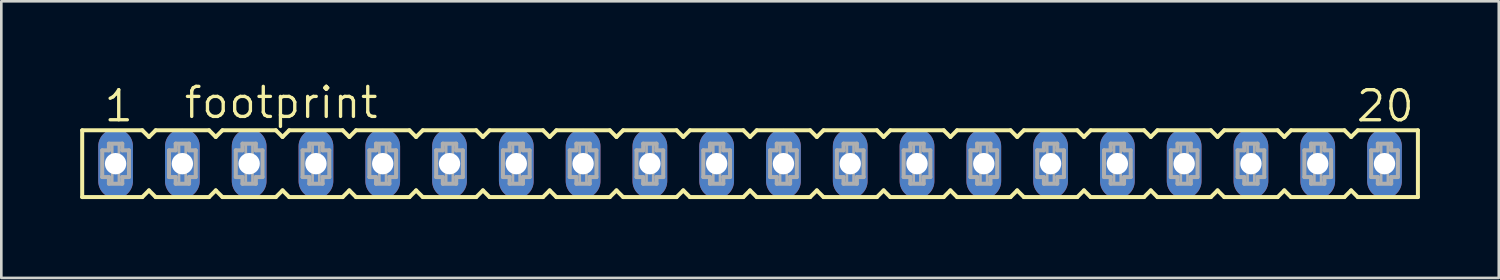
<source format=kicad_pcb>
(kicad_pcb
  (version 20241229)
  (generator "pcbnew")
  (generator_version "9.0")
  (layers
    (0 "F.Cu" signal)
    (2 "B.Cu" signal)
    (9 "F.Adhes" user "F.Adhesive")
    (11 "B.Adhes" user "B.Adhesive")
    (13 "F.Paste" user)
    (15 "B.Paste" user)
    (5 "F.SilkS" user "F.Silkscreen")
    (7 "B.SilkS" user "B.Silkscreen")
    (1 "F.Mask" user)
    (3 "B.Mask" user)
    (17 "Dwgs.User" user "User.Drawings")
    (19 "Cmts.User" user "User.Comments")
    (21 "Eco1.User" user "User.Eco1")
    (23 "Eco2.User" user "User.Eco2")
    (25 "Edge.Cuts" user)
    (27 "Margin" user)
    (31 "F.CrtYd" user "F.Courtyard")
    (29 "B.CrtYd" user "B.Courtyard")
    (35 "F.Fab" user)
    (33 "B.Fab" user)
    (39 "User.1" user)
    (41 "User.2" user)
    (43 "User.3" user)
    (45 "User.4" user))
  (footprint "footprint"
    (layer "F.Cu")
    (at 25.476 3.175)
    (property "Reference" "footprint" (at -21.59 -1.651 0) (layer "F.SilkS") (effects (font (size 1.143 1.143) (thickness 0.127)) (justify left bottom)))
    (fp_line (start -25.4 -1.27) (end -25.4 1.27) (stroke (width 0.152) (type solid)) (layer "F.SilkS"))
    (fp_line (start -25.4 1.27) (end -23.114 1.27) (stroke (width 0.152) (type solid)) (layer "F.SilkS"))
    (fp_line (start -23.114 -1.27) (end -25.4 -1.27) (stroke (width 0.152) (type solid)) (layer "F.SilkS"))
    (fp_line (start -23.114 1.27) (end -22.86 1.016) (stroke (width 0.152) (type solid)) (layer "F.SilkS"))
    (fp_line (start -22.86 -1.016) (end -23.114 -1.27) (stroke (width 0.152) (type solid)) (layer "F.SilkS"))
    (fp_line (start -22.86 1.016) (end -22.606 1.27) (stroke (width 0.152) (type solid)) (layer "F.SilkS"))
    (fp_line (start -22.606 -1.27) (end -22.86 -1.016) (stroke (width 0.152) (type solid)) (layer "F.SilkS"))
    (fp_line (start -22.606 1.27) (end -20.574 1.27) (stroke (width 0.152) (type solid)) (layer "F.SilkS"))
    (fp_line (start -20.574 -1.27) (end -22.606 -1.27) (stroke (width 0.152) (type solid)) (layer "F.SilkS"))
    (fp_line (start -20.574 1.27) (end -20.32 1.016) (stroke (width 0.152) (type solid)) (layer "F.SilkS"))
    (fp_line (start -20.32 -1.016) (end -20.574 -1.27) (stroke (width 0.152) (type solid)) (layer "F.SilkS"))
    (fp_line (start -20.32 1.016) (end -20.066 1.27) (stroke (width 0.152) (type solid)) (layer "F.SilkS"))
    (fp_line (start -20.066 -1.27) (end -20.32 -1.016) (stroke (width 0.152) (type solid)) (layer "F.SilkS"))
    (fp_line (start -20.066 1.27) (end -18.034 1.27) (stroke (width 0.152) (type solid)) (layer "F.SilkS"))
    (fp_line (start -18.034 -1.27) (end -20.066 -1.27) (stroke (width 0.152) (type solid)) (layer "F.SilkS"))
    (fp_line (start -18.034 1.27) (end -17.78 1.016) (stroke (width 0.152) (type solid)) (layer "F.SilkS"))
    (fp_line (start -17.78 -1.016) (end -18.034 -1.27) (stroke (width 0.152) (type solid)) (layer "F.SilkS"))
    (fp_line (start -17.78 1.016) (end -17.526 1.27) (stroke (width 0.152) (type solid)) (layer "F.SilkS"))
    (fp_line (start -17.526 -1.27) (end -17.78 -1.016) (stroke (width 0.152) (type solid)) (layer "F.SilkS"))
    (fp_line (start -17.526 1.27) (end -15.494 1.27) (stroke (width 0.152) (type solid)) (layer "F.SilkS"))
    (fp_line (start -15.494 -1.27) (end -17.526 -1.27) (stroke (width 0.152) (type solid)) (layer "F.SilkS"))
    (fp_line (start -15.494 1.27) (end -15.24 1.016) (stroke (width 0.152) (type solid)) (layer "F.SilkS"))
    (fp_line (start -15.24 -1.016) (end -15.494 -1.27) (stroke (width 0.152) (type solid)) (layer "F.SilkS"))
    (fp_line (start -15.24 1.016) (end -14.986 1.27) (stroke (width 0.152) (type solid)) (layer "F.SilkS"))
    (fp_line (start -14.986 -1.27) (end -15.24 -1.016) (stroke (width 0.152) (type solid)) (layer "F.SilkS"))
    (fp_line (start -14.986 1.27) (end -12.954 1.27) (stroke (width 0.152) (type solid)) (layer "F.SilkS"))
    (fp_line (start -12.954 -1.27) (end -14.986 -1.27) (stroke (width 0.152) (type solid)) (layer "F.SilkS"))
    (fp_line (start -12.954 1.27) (end -12.7 1.016) (stroke (width 0.152) (type solid)) (layer "F.SilkS"))
    (fp_line (start -12.7 -1.016) (end -12.954 -1.27) (stroke (width 0.152) (type solid)) (layer "F.SilkS"))
    (fp_line (start -12.7 1.016) (end -12.446 1.27) (stroke (width 0.152) (type solid)) (layer "F.SilkS"))
    (fp_line (start -12.446 -1.27) (end -12.7 -1.016) (stroke (width 0.152) (type solid)) (layer "F.SilkS"))
    (fp_line (start -12.446 1.27) (end -10.414 1.27) (stroke (width 0.152) (type solid)) (layer "F.SilkS"))
    (fp_line (start -10.414 -1.27) (end -12.446 -1.27) (stroke (width 0.152) (type solid)) (layer "F.SilkS"))
    (fp_line (start -10.414 1.27) (end -10.16 1.016) (stroke (width 0.152) (type solid)) (layer "F.SilkS"))
    (fp_line (start -10.16 -1.016) (end -10.414 -1.27) (stroke (width 0.152) (type solid)) (layer "F.SilkS"))
    (fp_line (start -10.16 1.016) (end -9.906 1.27) (stroke (width 0.152) (type solid)) (layer "F.SilkS"))
    (fp_line (start -9.906 -1.27) (end -10.16 -1.016) (stroke (width 0.152) (type solid)) (layer "F.SilkS"))
    (fp_line (start -9.906 1.27) (end -7.874 1.27) (stroke (width 0.152) (type solid)) (layer "F.SilkS"))
    (fp_line (start -7.874 -1.27) (end -9.906 -1.27) (stroke (width 0.152) (type solid)) (layer "F.SilkS"))
    (fp_line (start -7.874 1.27) (end -7.62 1.016) (stroke (width 0.152) (type solid)) (layer "F.SilkS"))
    (fp_line (start -7.62 -1.016) (end -7.874 -1.27) (stroke (width 0.152) (type solid)) (layer "F.SilkS"))
    (fp_line (start -7.62 1.016) (end -7.366 1.27) (stroke (width 0.152) (type solid)) (layer "F.SilkS"))
    (fp_line (start -7.366 -1.27) (end -7.62 -1.016) (stroke (width 0.152) (type solid)) (layer "F.SilkS"))
    (fp_line (start -7.366 1.27) (end -5.334 1.27) (stroke (width 0.152) (type solid)) (layer "F.SilkS"))
    (fp_line (start -5.334 -1.27) (end -7.366 -1.27) (stroke (width 0.152) (type solid)) (layer "F.SilkS"))
    (fp_line (start -5.334 1.27) (end -5.08 1.016) (stroke (width 0.152) (type solid)) (layer "F.SilkS"))
    (fp_line (start -5.08 -1.016) (end -5.334 -1.27) (stroke (width 0.152) (type solid)) (layer "F.SilkS"))
    (fp_line (start -5.08 1.016) (end -4.826 1.27) (stroke (width 0.152) (type solid)) (layer "F.SilkS"))
    (fp_line (start -4.826 -1.27) (end -5.08 -1.016) (stroke (width 0.152) (type solid)) (layer "F.SilkS"))
    (fp_line (start -4.826 1.27) (end -2.794 1.27) (stroke (width 0.152) (type solid)) (layer "F.SilkS"))
    (fp_line (start -2.794 -1.27) (end -4.826 -1.27) (stroke (width 0.152) (type solid)) (layer "F.SilkS"))
    (fp_line (start -2.794 1.27) (end -2.54 1.016) (stroke (width 0.152) (type solid)) (layer "F.SilkS"))
    (fp_line (start -2.54 -1.016) (end -2.794 -1.27) (stroke (width 0.152) (type solid)) (layer "F.SilkS"))
    (fp_line (start -2.54 1.016) (end -2.286 1.27) (stroke (width 0.152) (type solid)) (layer "F.SilkS"))
    (fp_line (start -2.286 -1.27) (end -2.54 -1.016) (stroke (width 0.152) (type solid)) (layer "F.SilkS"))
    (fp_line (start -2.286 1.27) (end -0.254 1.27) (stroke (width 0.152) (type solid)) (layer "F.SilkS"))
    (fp_line (start -0.254 -1.27) (end -2.286 -1.27) (stroke (width 0.152) (type solid)) (layer "F.SilkS"))
    (fp_line (start -0.254 1.27) (end 0 1.016) (stroke (width 0.152) (type solid)) (layer "F.SilkS"))
    (fp_line (start 0 -1.016) (end -0.254 -1.27) (stroke (width 0.152) (type solid)) (layer "F.SilkS"))
    (fp_line (start 0 1.016) (end 0.254 1.27) (stroke (width 0.152) (type solid)) (layer "F.SilkS"))
    (fp_line (start 0.254 -1.27) (end 0 -1.016) (stroke (width 0.152) (type solid)) (layer "F.SilkS"))
    (fp_line (start 0.254 1.27) (end 2.286 1.27) (stroke (width 0.152) (type solid)) (layer "F.SilkS"))
    (fp_line (start 2.286 -1.27) (end 0.254 -1.27) (stroke (width 0.152) (type solid)) (layer "F.SilkS"))
    (fp_line (start 2.286 1.27) (end 2.54 1.016) (stroke (width 0.152) (type solid)) (layer "F.SilkS"))
    (fp_line (start 2.54 -1.016) (end 2.286 -1.27) (stroke (width 0.152) (type solid)) (layer "F.SilkS"))
    (fp_line (start 2.54 1.016) (end 2.794 1.27) (stroke (width 0.152) (type solid)) (layer "F.SilkS"))
    (fp_line (start 2.794 -1.27) (end 2.54 -1.016) (stroke (width 0.152) (type solid)) (layer "F.SilkS"))
    (fp_line (start 2.794 1.27) (end 4.826 1.27) (stroke (width 0.152) (type solid)) (layer "F.SilkS"))
    (fp_line (start 4.826 -1.27) (end 2.794 -1.27) (stroke (width 0.152) (type solid)) (layer "F.SilkS"))
    (fp_line (start 4.826 1.27) (end 5.08 1.016) (stroke (width 0.152) (type solid)) (layer "F.SilkS"))
    (fp_line (start 5.08 -1.016) (end 4.826 -1.27) (stroke (width 0.152) (type solid)) (layer "F.SilkS"))
    (fp_line (start 5.08 1.016) (end 5.334 1.27) (stroke (width 0.152) (type solid)) (layer "F.SilkS"))
    (fp_line (start 5.334 -1.27) (end 5.08 -1.016) (stroke (width 0.152) (type solid)) (layer "F.SilkS"))
    (fp_line (start 5.334 1.27) (end 7.366 1.27) (stroke (width 0.152) (type solid)) (layer "F.SilkS"))
    (fp_line (start 7.366 -1.27) (end 5.334 -1.27) (stroke (width 0.152) (type solid)) (layer "F.SilkS"))
    (fp_line (start 7.366 1.27) (end 7.62 1.016) (stroke (width 0.152) (type solid)) (layer "F.SilkS"))
    (fp_line (start 7.62 -1.016) (end 7.366 -1.27) (stroke (width 0.152) (type solid)) (layer "F.SilkS"))
    (fp_line (start 7.62 1.016) (end 7.874 1.27) (stroke (width 0.152) (type solid)) (layer "F.SilkS"))
    (fp_line (start 7.874 -1.27) (end 7.62 -1.016) (stroke (width 0.152) (type solid)) (layer "F.SilkS"))
    (fp_line (start 7.874 1.27) (end 9.906 1.27) (stroke (width 0.152) (type solid)) (layer "F.SilkS"))
    (fp_line (start 9.906 -1.27) (end 7.874 -1.27) (stroke (width 0.152) (type solid)) (layer "F.SilkS"))
    (fp_line (start 9.906 1.27) (end 10.16 1.016) (stroke (width 0.152) (type solid)) (layer "F.SilkS"))
    (fp_line (start 10.16 -1.016) (end 9.906 -1.27) (stroke (width 0.152) (type solid)) (layer "F.SilkS"))
    (fp_line (start 10.16 1.016) (end 10.414 1.27) (stroke (width 0.152) (type solid)) (layer "F.SilkS"))
    (fp_line (start 10.414 -1.27) (end 10.16 -1.016) (stroke (width 0.152) (type solid)) (layer "F.SilkS"))
    (fp_line (start 10.414 1.27) (end 12.446 1.27) (stroke (width 0.152) (type solid)) (layer "F.SilkS"))
    (fp_line (start 12.446 -1.27) (end 10.414 -1.27) (stroke (width 0.152) (type solid)) (layer "F.SilkS"))
    (fp_line (start 12.446 1.27) (end 12.7 1.016) (stroke (width 0.152) (type solid)) (layer "F.SilkS"))
    (fp_line (start 12.7 -1.016) (end 12.446 -1.27) (stroke (width 0.152) (type solid)) (layer "F.SilkS"))
    (fp_line (start 12.7 1.016) (end 12.954 1.27) (stroke (width 0.152) (type solid)) (layer "F.SilkS"))
    (fp_line (start 12.954 -1.27) (end 12.7 -1.016) (stroke (width 0.152) (type solid)) (layer "F.SilkS"))
    (fp_line (start 12.954 1.27) (end 14.986 1.27) (stroke (width 0.152) (type solid)) (layer "F.SilkS"))
    (fp_line (start 14.986 -1.27) (end 12.954 -1.27) (stroke (width 0.152) (type solid)) (layer "F.SilkS"))
    (fp_line (start 14.986 1.27) (end 15.24 1.016) (stroke (width 0.152) (type solid)) (layer "F.SilkS"))
    (fp_line (start 15.24 -1.016) (end 14.986 -1.27) (stroke (width 0.152) (type solid)) (layer "F.SilkS"))
    (fp_line (start 15.24 1.016) (end 15.494 1.27) (stroke (width 0.152) (type solid)) (layer "F.SilkS"))
    (fp_line (start 15.494 -1.27) (end 15.24 -1.016) (stroke (width 0.152) (type solid)) (layer "F.SilkS"))
    (fp_line (start 15.494 1.27) (end 17.526 1.27) (stroke (width 0.152) (type solid)) (layer "F.SilkS"))
    (fp_line (start 17.526 -1.27) (end 15.494 -1.27) (stroke (width 0.152) (type solid)) (layer "F.SilkS"))
    (fp_line (start 17.526 1.27) (end 17.78 1.016) (stroke (width 0.152) (type solid)) (layer "F.SilkS"))
    (fp_line (start 17.78 -1.016) (end 17.526 -1.27) (stroke (width 0.152) (type solid)) (layer "F.SilkS"))
    (fp_line (start 17.78 1.016) (end 18.034 1.27) (stroke (width 0.152) (type solid)) (layer "F.SilkS"))
    (fp_line (start 18.034 -1.27) (end 17.78 -1.016) (stroke (width 0.152) (type solid)) (layer "F.SilkS"))
    (fp_line (start 18.034 1.27) (end 20.066 1.27) (stroke (width 0.152) (type solid)) (layer "F.SilkS"))
    (fp_line (start 20.066 -1.27) (end 18.034 -1.27) (stroke (width 0.152) (type solid)) (layer "F.SilkS"))
    (fp_line (start 20.066 1.27) (end 20.32 1.016) (stroke (width 0.152) (type solid)) (layer "F.SilkS"))
    (fp_line (start 20.32 -1.016) (end 20.066 -1.27) (stroke (width 0.152) (type solid)) (layer "F.SilkS"))
    (fp_line (start 20.32 1.016) (end 20.574 1.27) (stroke (width 0.152) (type solid)) (layer "F.SilkS"))
    (fp_line (start 20.574 -1.27) (end 20.32 -1.016) (stroke (width 0.152) (type solid)) (layer "F.SilkS"))
    (fp_line (start 20.574 1.27) (end 22.606 1.27) (stroke (width 0.152) (type solid)) (layer "F.SilkS"))
    (fp_line (start 22.606 -1.27) (end 20.574 -1.27) (stroke (width 0.152) (type solid)) (layer "F.SilkS"))
    (fp_line (start 22.606 1.27) (end 22.86 1.016) (stroke (width 0.152) (type solid)) (layer "F.SilkS"))
    (fp_line (start 22.86 -1.016) (end 22.606 -1.27) (stroke (width 0.152) (type solid)) (layer "F.SilkS"))
    (fp_line (start 22.86 1.016) (end 23.114 1.27) (stroke (width 0.152) (type solid)) (layer "F.SilkS"))
    (fp_line (start 23.114 -1.27) (end 22.86 -1.016) (stroke (width 0.152) (type solid)) (layer "F.SilkS"))
    (fp_line (start 23.114 1.27) (end 25.4 1.27) (stroke (width 0.152) (type solid)) (layer "F.SilkS"))
    (fp_line (start 25.4 -1.27) (end 23.114 -1.27) (stroke (width 0.152) (type solid)) (layer "F.SilkS"))
    (fp_line (start 25.4 -1.27) (end 25.4 1.27) (stroke (width 0.152) (type solid)) (layer "F.SilkS"))
    (fp_line (start -24.638 -0.508) (end -24.638 0.508) (stroke (width 0.152) (type solid)) (layer "F.Fab"))
    (fp_line (start -24.638 0.508) (end -24.384 0.508) (stroke (width 0.152) (type solid)) (layer "F.Fab"))
    (fp_line (start -24.384 -0.762) (end -24.384 -0.508) (stroke (width 0.152) (type solid)) (layer "F.Fab"))
    (fp_line (start -24.384 -0.508) (end -24.638 -0.508) (stroke (width 0.152) (type solid)) (layer "F.Fab"))
    (fp_line (start -24.384 0.508) (end -24.384 0.762) (stroke (width 0.152) (type solid)) (layer "F.Fab"))
    (fp_line (start -24.384 0.762) (end -23.876 0.762) (stroke (width 0.152) (type solid)) (layer "F.Fab"))
    (fp_line (start -23.876 -0.762) (end -24.384 -0.762) (stroke (width 0.152) (type solid)) (layer "F.Fab"))
    (fp_line (start -23.876 -0.508) (end -23.876 -0.762) (stroke (width 0.152) (type solid)) (layer "F.Fab"))
    (fp_line (start -23.876 0.508) (end -23.622 0.508) (stroke (width 0.152) (type solid)) (layer "F.Fab"))
    (fp_line (start -23.876 0.762) (end -23.876 0.508) (stroke (width 0.152) (type solid)) (layer "F.Fab"))
    (fp_line (start -23.622 -0.508) (end -23.876 -0.508) (stroke (width 0.152) (type solid)) (layer "F.Fab"))
    (fp_line (start -23.622 0.508) (end -23.622 -0.508) (stroke (width 0.152) (type solid)) (layer "F.Fab"))
    (fp_line (start -22.098 -0.508) (end -22.098 0.508) (stroke (width 0.152) (type solid)) (layer "F.Fab"))
    (fp_line (start -22.098 0.508) (end -21.844 0.508) (stroke (width 0.152) (type solid)) (layer "F.Fab"))
    (fp_line (start -21.844 -0.762) (end -21.844 -0.508) (stroke (width 0.152) (type solid)) (layer "F.Fab"))
    (fp_line (start -21.844 -0.508) (end -22.098 -0.508) (stroke (width 0.152) (type solid)) (layer "F.Fab"))
    (fp_line (start -21.844 0.508) (end -21.844 0.762) (stroke (width 0.152) (type solid)) (layer "F.Fab"))
    (fp_line (start -21.844 0.762) (end -21.336 0.762) (stroke (width 0.152) (type solid)) (layer "F.Fab"))
    (fp_line (start -21.336 -0.762) (end -21.844 -0.762) (stroke (width 0.152) (type solid)) (layer "F.Fab"))
    (fp_line (start -21.336 -0.508) (end -21.336 -0.762) (stroke (width 0.152) (type solid)) (layer "F.Fab"))
    (fp_line (start -21.336 0.508) (end -21.082 0.508) (stroke (width 0.152) (type solid)) (layer "F.Fab"))
    (fp_line (start -21.336 0.762) (end -21.336 0.508) (stroke (width 0.152) (type solid)) (layer "F.Fab"))
    (fp_line (start -21.082 -0.508) (end -21.336 -0.508) (stroke (width 0.152) (type solid)) (layer "F.Fab"))
    (fp_line (start -21.082 0.508) (end -21.082 -0.508) (stroke (width 0.152) (type solid)) (layer "F.Fab"))
    (fp_line (start -19.558 -0.508) (end -19.558 0.508) (stroke (width 0.152) (type solid)) (layer "F.Fab"))
    (fp_line (start -19.558 0.508) (end -19.304 0.508) (stroke (width 0.152) (type solid)) (layer "F.Fab"))
    (fp_line (start -19.304 -0.762) (end -19.304 -0.508) (stroke (width 0.152) (type solid)) (layer "F.Fab"))
    (fp_line (start -19.304 -0.508) (end -19.558 -0.508) (stroke (width 0.152) (type solid)) (layer "F.Fab"))
    (fp_line (start -19.304 0.508) (end -19.304 0.762) (stroke (width 0.152) (type solid)) (layer "F.Fab"))
    (fp_line (start -19.304 0.762) (end -18.796 0.762) (stroke (width 0.152) (type solid)) (layer "F.Fab"))
    (fp_line (start -18.796 -0.762) (end -19.304 -0.762) (stroke (width 0.152) (type solid)) (layer "F.Fab"))
    (fp_line (start -18.796 -0.508) (end -18.796 -0.762) (stroke (width 0.152) (type solid)) (layer "F.Fab"))
    (fp_line (start -18.796 0.508) (end -18.542 0.508) (stroke (width 0.152) (type solid)) (layer "F.Fab"))
    (fp_line (start -18.796 0.762) (end -18.796 0.508) (stroke (width 0.152) (type solid)) (layer "F.Fab"))
    (fp_line (start -18.542 -0.508) (end -18.796 -0.508) (stroke (width 0.152) (type solid)) (layer "F.Fab"))
    (fp_line (start -18.542 0.508) (end -18.542 -0.508) (stroke (width 0.152) (type solid)) (layer "F.Fab"))
    (fp_line (start -17.018 -0.508) (end -17.018 0.508) (stroke (width 0.152) (type solid)) (layer "F.Fab"))
    (fp_line (start -17.018 0.508) (end -16.764 0.508) (stroke (width 0.152) (type solid)) (layer "F.Fab"))
    (fp_line (start -16.764 -0.762) (end -16.764 -0.508) (stroke (width 0.152) (type solid)) (layer "F.Fab"))
    (fp_line (start -16.764 -0.508) (end -17.018 -0.508) (stroke (width 0.152) (type solid)) (layer "F.Fab"))
    (fp_line (start -16.764 0.508) (end -16.764 0.762) (stroke (width 0.152) (type solid)) (layer "F.Fab"))
    (fp_line (start -16.764 0.762) (end -16.256 0.762) (stroke (width 0.152) (type solid)) (layer "F.Fab"))
    (fp_line (start -16.256 -0.762) (end -16.764 -0.762) (stroke (width 0.152) (type solid)) (layer "F.Fab"))
    (fp_line (start -16.256 -0.508) (end -16.256 -0.762) (stroke (width 0.152) (type solid)) (layer "F.Fab"))
    (fp_line (start -16.256 0.508) (end -16.002 0.508) (stroke (width 0.152) (type solid)) (layer "F.Fab"))
    (fp_line (start -16.256 0.762) (end -16.256 0.508) (stroke (width 0.152) (type solid)) (layer "F.Fab"))
    (fp_line (start -16.002 -0.508) (end -16.256 -0.508) (stroke (width 0.152) (type solid)) (layer "F.Fab"))
    (fp_line (start -16.002 0.508) (end -16.002 -0.508) (stroke (width 0.152) (type solid)) (layer "F.Fab"))
    (fp_line (start -14.478 -0.508) (end -14.478 0.508) (stroke (width 0.152) (type solid)) (layer "F.Fab"))
    (fp_line (start -14.478 0.508) (end -14.224 0.508) (stroke (width 0.152) (type solid)) (layer "F.Fab"))
    (fp_line (start -14.224 -0.762) (end -14.224 -0.508) (stroke (width 0.152) (type solid)) (layer "F.Fab"))
    (fp_line (start -14.224 -0.508) (end -14.478 -0.508) (stroke (width 0.152) (type solid)) (layer "F.Fab"))
    (fp_line (start -14.224 0.508) (end -14.224 0.762) (stroke (width 0.152) (type solid)) (layer "F.Fab"))
    (fp_line (start -14.224 0.762) (end -13.716 0.762) (stroke (width 0.152) (type solid)) (layer "F.Fab"))
    (fp_line (start -13.716 -0.762) (end -14.224 -0.762) (stroke (width 0.152) (type solid)) (layer "F.Fab"))
    (fp_line (start -13.716 -0.508) (end -13.716 -0.762) (stroke (width 0.152) (type solid)) (layer "F.Fab"))
    (fp_line (start -13.716 0.508) (end -13.462 0.508) (stroke (width 0.152) (type solid)) (layer "F.Fab"))
    (fp_line (start -13.716 0.762) (end -13.716 0.508) (stroke (width 0.152) (type solid)) (layer "F.Fab"))
    (fp_line (start -13.462 -0.508) (end -13.716 -0.508) (stroke (width 0.152) (type solid)) (layer "F.Fab"))
    (fp_line (start -13.462 0.508) (end -13.462 -0.508) (stroke (width 0.152) (type solid)) (layer "F.Fab"))
    (fp_line (start -11.938 -0.508) (end -11.938 0.508) (stroke (width 0.152) (type solid)) (layer "F.Fab"))
    (fp_line (start -11.938 0.508) (end -11.684 0.508) (stroke (width 0.152) (type solid)) (layer "F.Fab"))
    (fp_line (start -11.684 -0.762) (end -11.684 -0.508) (stroke (width 0.152) (type solid)) (layer "F.Fab"))
    (fp_line (start -11.684 -0.508) (end -11.938 -0.508) (stroke (width 0.152) (type solid)) (layer "F.Fab"))
    (fp_line (start -11.684 0.508) (end -11.684 0.762) (stroke (width 0.152) (type solid)) (layer "F.Fab"))
    (fp_line (start -11.684 0.762) (end -11.176 0.762) (stroke (width 0.152) (type solid)) (layer "F.Fab"))
    (fp_line (start -11.176 -0.762) (end -11.684 -0.762) (stroke (width 0.152) (type solid)) (layer "F.Fab"))
    (fp_line (start -11.176 -0.508) (end -11.176 -0.762) (stroke (width 0.152) (type solid)) (layer "F.Fab"))
    (fp_line (start -11.176 0.508) (end -10.922 0.508) (stroke (width 0.152) (type solid)) (layer "F.Fab"))
    (fp_line (start -11.176 0.762) (end -11.176 0.508) (stroke (width 0.152) (type solid)) (layer "F.Fab"))
    (fp_line (start -10.922 -0.508) (end -11.176 -0.508) (stroke (width 0.152) (type solid)) (layer "F.Fab"))
    (fp_line (start -10.922 0.508) (end -10.922 -0.508) (stroke (width 0.152) (type solid)) (layer "F.Fab"))
    (fp_line (start -9.398 -0.508) (end -9.398 0.508) (stroke (width 0.152) (type solid)) (layer "F.Fab"))
    (fp_line (start -9.398 0.508) (end -9.144 0.508) (stroke (width 0.152) (type solid)) (layer "F.Fab"))
    (fp_line (start -9.144 -0.762) (end -9.144 -0.508) (stroke (width 0.152) (type solid)) (layer "F.Fab"))
    (fp_line (start -9.144 -0.508) (end -9.398 -0.508) (stroke (width 0.152) (type solid)) (layer "F.Fab"))
    (fp_line (start -9.144 0.508) (end -9.144 0.762) (stroke (width 0.152) (type solid)) (layer "F.Fab"))
    (fp_line (start -9.144 0.762) (end -8.636 0.762) (stroke (width 0.152) (type solid)) (layer "F.Fab"))
    (fp_line (start -8.636 -0.762) (end -9.144 -0.762) (stroke (width 0.152) (type solid)) (layer "F.Fab"))
    (fp_line (start -8.636 -0.508) (end -8.636 -0.762) (stroke (width 0.152) (type solid)) (layer "F.Fab"))
    (fp_line (start -8.636 0.508) (end -8.382 0.508) (stroke (width 0.152) (type solid)) (layer "F.Fab"))
    (fp_line (start -8.636 0.762) (end -8.636 0.508) (stroke (width 0.152) (type solid)) (layer "F.Fab"))
    (fp_line (start -8.382 -0.508) (end -8.636 -0.508) (stroke (width 0.152) (type solid)) (layer "F.Fab"))
    (fp_line (start -8.382 0.508) (end -8.382 -0.508) (stroke (width 0.152) (type solid)) (layer "F.Fab"))
    (fp_line (start -6.858 -0.508) (end -6.858 0.508) (stroke (width 0.152) (type solid)) (layer "F.Fab"))
    (fp_line (start -6.858 0.508) (end -6.604 0.508) (stroke (width 0.152) (type solid)) (layer "F.Fab"))
    (fp_line (start -6.604 -0.762) (end -6.604 -0.508) (stroke (width 0.152) (type solid)) (layer "F.Fab"))
    (fp_line (start -6.604 -0.508) (end -6.858 -0.508) (stroke (width 0.152) (type solid)) (layer "F.Fab"))
    (fp_line (start -6.604 0.508) (end -6.604 0.762) (stroke (width 0.152) (type solid)) (layer "F.Fab"))
    (fp_line (start -6.604 0.762) (end -6.096 0.762) (stroke (width 0.152) (type solid)) (layer "F.Fab"))
    (fp_line (start -6.096 -0.762) (end -6.604 -0.762) (stroke (width 0.152) (type solid)) (layer "F.Fab"))
    (fp_line (start -6.096 -0.508) (end -6.096 -0.762) (stroke (width 0.152) (type solid)) (layer "F.Fab"))
    (fp_line (start -6.096 0.508) (end -5.842 0.508) (stroke (width 0.152) (type solid)) (layer "F.Fab"))
    (fp_line (start -6.096 0.762) (end -6.096 0.508) (stroke (width 0.152) (type solid)) (layer "F.Fab"))
    (fp_line (start -5.842 -0.508) (end -6.096 -0.508) (stroke (width 0.152) (type solid)) (layer "F.Fab"))
    (fp_line (start -5.842 0.508) (end -5.842 -0.508) (stroke (width 0.152) (type solid)) (layer "F.Fab"))
    (fp_line (start -4.318 -0.508) (end -4.318 0.508) (stroke (width 0.152) (type solid)) (layer "F.Fab"))
    (fp_line (start -4.318 0.508) (end -4.064 0.508) (stroke (width 0.152) (type solid)) (layer "F.Fab"))
    (fp_line (start -4.064 -0.762) (end -4.064 -0.508) (stroke (width 0.152) (type solid)) (layer "F.Fab"))
    (fp_line (start -4.064 -0.508) (end -4.318 -0.508) (stroke (width 0.152) (type solid)) (layer "F.Fab"))
    (fp_line (start -4.064 0.508) (end -4.064 0.762) (stroke (width 0.152) (type solid)) (layer "F.Fab"))
    (fp_line (start -4.064 0.762) (end -3.556 0.762) (stroke (width 0.152) (type solid)) (layer "F.Fab"))
    (fp_line (start -3.556 -0.762) (end -4.064 -0.762) (stroke (width 0.152) (type solid)) (layer "F.Fab"))
    (fp_line (start -3.556 -0.508) (end -3.556 -0.762) (stroke (width 0.152) (type solid)) (layer "F.Fab"))
    (fp_line (start -3.556 0.508) (end -3.302 0.508) (stroke (width 0.152) (type solid)) (layer "F.Fab"))
    (fp_line (start -3.556 0.762) (end -3.556 0.508) (stroke (width 0.152) (type solid)) (layer "F.Fab"))
    (fp_line (start -3.302 -0.508) (end -3.556 -0.508) (stroke (width 0.152) (type solid)) (layer "F.Fab"))
    (fp_line (start -3.302 0.508) (end -3.302 -0.508) (stroke (width 0.152) (type solid)) (layer "F.Fab"))
    (fp_line (start -1.778 -0.508) (end -1.778 0.508) (stroke (width 0.152) (type solid)) (layer "F.Fab"))
    (fp_line (start -1.778 0.508) (end -1.524 0.508) (stroke (width 0.152) (type solid)) (layer "F.Fab"))
    (fp_line (start -1.524 -0.762) (end -1.524 -0.508) (stroke (width 0.152) (type solid)) (layer "F.Fab"))
    (fp_line (start -1.524 -0.508) (end -1.778 -0.508) (stroke (width 0.152) (type solid)) (layer "F.Fab"))
    (fp_line (start -1.524 0.508) (end -1.524 0.762) (stroke (width 0.152) (type solid)) (layer "F.Fab"))
    (fp_line (start -1.524 0.762) (end -1.016 0.762) (stroke (width 0.152) (type solid)) (layer "F.Fab"))
    (fp_line (start -1.016 -0.762) (end -1.524 -0.762) (stroke (width 0.152) (type solid)) (layer "F.Fab"))
    (fp_line (start -1.016 -0.508) (end -1.016 -0.762) (stroke (width 0.152) (type solid)) (layer "F.Fab"))
    (fp_line (start -1.016 0.508) (end -0.762 0.508) (stroke (width 0.152) (type solid)) (layer "F.Fab"))
    (fp_line (start -1.016 0.762) (end -1.016 0.508) (stroke (width 0.152) (type solid)) (layer "F.Fab"))
    (fp_line (start -0.762 -0.508) (end -1.016 -0.508) (stroke (width 0.152) (type solid)) (layer "F.Fab"))
    (fp_line (start -0.762 0.508) (end -0.762 -0.508) (stroke (width 0.152) (type solid)) (layer "F.Fab"))
    (fp_line (start 0.762 -0.508) (end 0.762 0.508) (stroke (width 0.152) (type solid)) (layer "F.Fab"))
    (fp_line (start 0.762 0.508) (end 1.016 0.508) (stroke (width 0.152) (type solid)) (layer "F.Fab"))
    (fp_line (start 1.016 -0.762) (end 1.016 -0.508) (stroke (width 0.152) (type solid)) (layer "F.Fab"))
    (fp_line (start 1.016 -0.508) (end 0.762 -0.508) (stroke (width 0.152) (type solid)) (layer "F.Fab"))
    (fp_line (start 1.016 0.508) (end 1.016 0.762) (stroke (width 0.152) (type solid)) (layer "F.Fab"))
    (fp_line (start 1.016 0.762) (end 1.524 0.762) (stroke (width 0.152) (type solid)) (layer "F.Fab"))
    (fp_line (start 1.524 -0.762) (end 1.016 -0.762) (stroke (width 0.152) (type solid)) (layer "F.Fab"))
    (fp_line (start 1.524 -0.508) (end 1.524 -0.762) (stroke (width 0.152) (type solid)) (layer "F.Fab"))
    (fp_line (start 1.524 0.508) (end 1.778 0.508) (stroke (width 0.152) (type solid)) (layer "F.Fab"))
    (fp_line (start 1.524 0.762) (end 1.524 0.508) (stroke (width 0.152) (type solid)) (layer "F.Fab"))
    (fp_line (start 1.778 -0.508) (end 1.524 -0.508) (stroke (width 0.152) (type solid)) (layer "F.Fab"))
    (fp_line (start 1.778 0.508) (end 1.778 -0.508) (stroke (width 0.152) (type solid)) (layer "F.Fab"))
    (fp_line (start 3.302 -0.508) (end 3.302 0.508) (stroke (width 0.152) (type solid)) (layer "F.Fab"))
    (fp_line (start 3.302 0.508) (end 3.556 0.508) (stroke (width 0.152) (type solid)) (layer "F.Fab"))
    (fp_line (start 3.556 -0.762) (end 3.556 -0.508) (stroke (width 0.152) (type solid)) (layer "F.Fab"))
    (fp_line (start 3.556 -0.508) (end 3.302 -0.508) (stroke (width 0.152) (type solid)) (layer "F.Fab"))
    (fp_line (start 3.556 0.508) (end 3.556 0.762) (stroke (width 0.152) (type solid)) (layer "F.Fab"))
    (fp_line (start 3.556 0.762) (end 4.064 0.762) (stroke (width 0.152) (type solid)) (layer "F.Fab"))
    (fp_line (start 4.064 -0.762) (end 3.556 -0.762) (stroke (width 0.152) (type solid)) (layer "F.Fab"))
    (fp_line (start 4.064 -0.508) (end 4.064 -0.762) (stroke (width 0.152) (type solid)) (layer "F.Fab"))
    (fp_line (start 4.064 0.508) (end 4.318 0.508) (stroke (width 0.152) (type solid)) (layer "F.Fab"))
    (fp_line (start 4.064 0.762) (end 4.064 0.508) (stroke (width 0.152) (type solid)) (layer "F.Fab"))
    (fp_line (start 4.318 -0.508) (end 4.064 -0.508) (stroke (width 0.152) (type solid)) (layer "F.Fab"))
    (fp_line (start 4.318 0.508) (end 4.318 -0.508) (stroke (width 0.152) (type solid)) (layer "F.Fab"))
    (fp_line (start 5.842 -0.508) (end 5.842 0.508) (stroke (width 0.152) (type solid)) (layer "F.Fab"))
    (fp_line (start 5.842 0.508) (end 6.096 0.508) (stroke (width 0.152) (type solid)) (layer "F.Fab"))
    (fp_line (start 6.096 -0.762) (end 6.096 -0.508) (stroke (width 0.152) (type solid)) (layer "F.Fab"))
    (fp_line (start 6.096 -0.508) (end 5.842 -0.508) (stroke (width 0.152) (type solid)) (layer "F.Fab"))
    (fp_line (start 6.096 0.508) (end 6.096 0.762) (stroke (width 0.152) (type solid)) (layer "F.Fab"))
    (fp_line (start 6.096 0.762) (end 6.604 0.762) (stroke (width 0.152) (type solid)) (layer "F.Fab"))
    (fp_line (start 6.604 -0.762) (end 6.096 -0.762) (stroke (width 0.152) (type solid)) (layer "F.Fab"))
    (fp_line (start 6.604 -0.508) (end 6.604 -0.762) (stroke (width 0.152) (type solid)) (layer "F.Fab"))
    (fp_line (start 6.604 0.508) (end 6.858 0.508) (stroke (width 0.152) (type solid)) (layer "F.Fab"))
    (fp_line (start 6.604 0.762) (end 6.604 0.508) (stroke (width 0.152) (type solid)) (layer "F.Fab"))
    (fp_line (start 6.858 -0.508) (end 6.604 -0.508) (stroke (width 0.152) (type solid)) (layer "F.Fab"))
    (fp_line (start 6.858 0.508) (end 6.858 -0.508) (stroke (width 0.152) (type solid)) (layer "F.Fab"))
    (fp_line (start 8.382 -0.508) (end 8.382 0.508) (stroke (width 0.152) (type solid)) (layer "F.Fab"))
    (fp_line (start 8.382 0.508) (end 8.636 0.508) (stroke (width 0.152) (type solid)) (layer "F.Fab"))
    (fp_line (start 8.636 -0.762) (end 8.636 -0.508) (stroke (width 0.152) (type solid)) (layer "F.Fab"))
    (fp_line (start 8.636 -0.508) (end 8.382 -0.508) (stroke (width 0.152) (type solid)) (layer "F.Fab"))
    (fp_line (start 8.636 0.508) (end 8.636 0.762) (stroke (width 0.152) (type solid)) (layer "F.Fab"))
    (fp_line (start 8.636 0.762) (end 9.144 0.762) (stroke (width 0.152) (type solid)) (layer "F.Fab"))
    (fp_line (start 9.144 -0.762) (end 8.636 -0.762) (stroke (width 0.152) (type solid)) (layer "F.Fab"))
    (fp_line (start 9.144 -0.508) (end 9.144 -0.762) (stroke (width 0.152) (type solid)) (layer "F.Fab"))
    (fp_line (start 9.144 0.508) (end 9.398 0.508) (stroke (width 0.152) (type solid)) (layer "F.Fab"))
    (fp_line (start 9.144 0.762) (end 9.144 0.508) (stroke (width 0.152) (type solid)) (layer "F.Fab"))
    (fp_line (start 9.398 -0.508) (end 9.144 -0.508) (stroke (width 0.152) (type solid)) (layer "F.Fab"))
    (fp_line (start 9.398 0.508) (end 9.398 -0.508) (stroke (width 0.152) (type solid)) (layer "F.Fab"))
    (fp_line (start 10.922 -0.508) (end 10.922 0.508) (stroke (width 0.152) (type solid)) (layer "F.Fab"))
    (fp_line (start 10.922 0.508) (end 11.176 0.508) (stroke (width 0.152) (type solid)) (layer "F.Fab"))
    (fp_line (start 11.176 -0.762) (end 11.176 -0.508) (stroke (width 0.152) (type solid)) (layer "F.Fab"))
    (fp_line (start 11.176 -0.508) (end 10.922 -0.508) (stroke (width 0.152) (type solid)) (layer "F.Fab"))
    (fp_line (start 11.176 0.508) (end 11.176 0.762) (stroke (width 0.152) (type solid)) (layer "F.Fab"))
    (fp_line (start 11.176 0.762) (end 11.684 0.762) (stroke (width 0.152) (type solid)) (layer "F.Fab"))
    (fp_line (start 11.684 -0.762) (end 11.176 -0.762) (stroke (width 0.152) (type solid)) (layer "F.Fab"))
    (fp_line (start 11.684 -0.508) (end 11.684 -0.762) (stroke (width 0.152) (type solid)) (layer "F.Fab"))
    (fp_line (start 11.684 0.508) (end 11.938 0.508) (stroke (width 0.152) (type solid)) (layer "F.Fab"))
    (fp_line (start 11.684 0.762) (end 11.684 0.508) (stroke (width 0.152) (type solid)) (layer "F.Fab"))
    (fp_line (start 11.938 -0.508) (end 11.684 -0.508) (stroke (width 0.152) (type solid)) (layer "F.Fab"))
    (fp_line (start 11.938 0.508) (end 11.938 -0.508) (stroke (width 0.152) (type solid)) (layer "F.Fab"))
    (fp_line (start 13.462 -0.508) (end 13.462 0.508) (stroke (width 0.152) (type solid)) (layer "F.Fab"))
    (fp_line (start 13.462 0.508) (end 13.716 0.508) (stroke (width 0.152) (type solid)) (layer "F.Fab"))
    (fp_line (start 13.716 -0.762) (end 13.716 -0.508) (stroke (width 0.152) (type solid)) (layer "F.Fab"))
    (fp_line (start 13.716 -0.508) (end 13.462 -0.508) (stroke (width 0.152) (type solid)) (layer "F.Fab"))
    (fp_line (start 13.716 0.508) (end 13.716 0.762) (stroke (width 0.152) (type solid)) (layer "F.Fab"))
    (fp_line (start 13.716 0.762) (end 14.224 0.762) (stroke (width 0.152) (type solid)) (layer "F.Fab"))
    (fp_line (start 14.224 -0.762) (end 13.716 -0.762) (stroke (width 0.152) (type solid)) (layer "F.Fab"))
    (fp_line (start 14.224 -0.508) (end 14.224 -0.762) (stroke (width 0.152) (type solid)) (layer "F.Fab"))
    (fp_line (start 14.224 0.508) (end 14.478 0.508) (stroke (width 0.152) (type solid)) (layer "F.Fab"))
    (fp_line (start 14.224 0.762) (end 14.224 0.508) (stroke (width 0.152) (type solid)) (layer "F.Fab"))
    (fp_line (start 14.478 -0.508) (end 14.224 -0.508) (stroke (width 0.152) (type solid)) (layer "F.Fab"))
    (fp_line (start 14.478 0.508) (end 14.478 -0.508) (stroke (width 0.152) (type solid)) (layer "F.Fab"))
    (fp_line (start 16.002 -0.508) (end 16.002 0.508) (stroke (width 0.152) (type solid)) (layer "F.Fab"))
    (fp_line (start 16.002 0.508) (end 16.256 0.508) (stroke (width 0.152) (type solid)) (layer "F.Fab"))
    (fp_line (start 16.256 -0.762) (end 16.256 -0.508) (stroke (width 0.152) (type solid)) (layer "F.Fab"))
    (fp_line (start 16.256 -0.508) (end 16.002 -0.508) (stroke (width 0.152) (type solid)) (layer "F.Fab"))
    (fp_line (start 16.256 0.508) (end 16.256 0.762) (stroke (width 0.152) (type solid)) (layer "F.Fab"))
    (fp_line (start 16.256 0.762) (end 16.764 0.762) (stroke (width 0.152) (type solid)) (layer "F.Fab"))
    (fp_line (start 16.764 -0.762) (end 16.256 -0.762) (stroke (width 0.152) (type solid)) (layer "F.Fab"))
    (fp_line (start 16.764 -0.508) (end 16.764 -0.762) (stroke (width 0.152) (type solid)) (layer "F.Fab"))
    (fp_line (start 16.764 0.508) (end 17.018 0.508) (stroke (width 0.152) (type solid)) (layer "F.Fab"))
    (fp_line (start 16.764 0.762) (end 16.764 0.508) (stroke (width 0.152) (type solid)) (layer "F.Fab"))
    (fp_line (start 17.018 -0.508) (end 16.764 -0.508) (stroke (width 0.152) (type solid)) (layer "F.Fab"))
    (fp_line (start 17.018 0.508) (end 17.018 -0.508) (stroke (width 0.152) (type solid)) (layer "F.Fab"))
    (fp_line (start 18.542 -0.508) (end 18.542 0.508) (stroke (width 0.152) (type solid)) (layer "F.Fab"))
    (fp_line (start 18.542 0.508) (end 18.796 0.508) (stroke (width 0.152) (type solid)) (layer "F.Fab"))
    (fp_line (start 18.796 -0.762) (end 18.796 -0.508) (stroke (width 0.152) (type solid)) (layer "F.Fab"))
    (fp_line (start 18.796 -0.508) (end 18.542 -0.508) (stroke (width 0.152) (type solid)) (layer "F.Fab"))
    (fp_line (start 18.796 0.508) (end 18.796 0.762) (stroke (width 0.152) (type solid)) (layer "F.Fab"))
    (fp_line (start 18.796 0.762) (end 19.304 0.762) (stroke (width 0.152) (type solid)) (layer "F.Fab"))
    (fp_line (start 19.304 -0.762) (end 18.796 -0.762) (stroke (width 0.152) (type solid)) (layer "F.Fab"))
    (fp_line (start 19.304 -0.508) (end 19.304 -0.762) (stroke (width 0.152) (type solid)) (layer "F.Fab"))
    (fp_line (start 19.304 0.508) (end 19.558 0.508) (stroke (width 0.152) (type solid)) (layer "F.Fab"))
    (fp_line (start 19.304 0.762) (end 19.304 0.508) (stroke (width 0.152) (type solid)) (layer "F.Fab"))
    (fp_line (start 19.558 -0.508) (end 19.304 -0.508) (stroke (width 0.152) (type solid)) (layer "F.Fab"))
    (fp_line (start 19.558 0.508) (end 19.558 -0.508) (stroke (width 0.152) (type solid)) (layer "F.Fab"))
    (fp_line (start 21.082 -0.508) (end 21.082 0.508) (stroke (width 0.152) (type solid)) (layer "F.Fab"))
    (fp_line (start 21.082 0.508) (end 21.336 0.508) (stroke (width 0.152) (type solid)) (layer "F.Fab"))
    (fp_line (start 21.336 -0.762) (end 21.336 -0.508) (stroke (width 0.152) (type solid)) (layer "F.Fab"))
    (fp_line (start 21.336 -0.508) (end 21.082 -0.508) (stroke (width 0.152) (type solid)) (layer "F.Fab"))
    (fp_line (start 21.336 0.508) (end 21.336 0.762) (stroke (width 0.152) (type solid)) (layer "F.Fab"))
    (fp_line (start 21.336 0.762) (end 21.844 0.762) (stroke (width 0.152) (type solid)) (layer "F.Fab"))
    (fp_line (start 21.844 -0.762) (end 21.336 -0.762) (stroke (width 0.152) (type solid)) (layer "F.Fab"))
    (fp_line (start 21.844 -0.508) (end 21.844 -0.762) (stroke (width 0.152) (type solid)) (layer "F.Fab"))
    (fp_line (start 21.844 0.508) (end 22.098 0.508) (stroke (width 0.152) (type solid)) (layer "F.Fab"))
    (fp_line (start 21.844 0.762) (end 21.844 0.508) (stroke (width 0.152) (type solid)) (layer "F.Fab"))
    (fp_line (start 22.098 -0.508) (end 21.844 -0.508) (stroke (width 0.152) (type solid)) (layer "F.Fab"))
    (fp_line (start 22.098 0.508) (end 22.098 -0.508) (stroke (width 0.152) (type solid)) (layer "F.Fab"))
    (fp_line (start 23.622 -0.508) (end 23.622 0.508) (stroke (width 0.152) (type solid)) (layer "F.Fab"))
    (fp_line (start 23.622 0.508) (end 23.876 0.508) (stroke (width 0.152) (type solid)) (layer "F.Fab"))
    (fp_line (start 23.876 -0.762) (end 23.876 -0.508) (stroke (width 0.152) (type solid)) (layer "F.Fab"))
    (fp_line (start 23.876 -0.508) (end 23.622 -0.508) (stroke (width 0.152) (type solid)) (layer "F.Fab"))
    (fp_line (start 23.876 0.508) (end 23.876 0.762) (stroke (width 0.152) (type solid)) (layer "F.Fab"))
    (fp_line (start 23.876 0.762) (end 24.384 0.762) (stroke (width 0.152) (type solid)) (layer "F.Fab"))
    (fp_line (start 24.384 -0.762) (end 23.876 -0.762) (stroke (width 0.152) (type solid)) (layer "F.Fab"))
    (fp_line (start 24.384 -0.508) (end 24.384 -0.762) (stroke (width 0.152) (type solid)) (layer "F.Fab"))
    (fp_line (start 24.384 0.508) (end 24.638 0.508) (stroke (width 0.152) (type solid)) (layer "F.Fab"))
    (fp_line (start 24.384 0.762) (end 24.384 0.508) (stroke (width 0.152) (type solid)) (layer "F.Fab"))
    (fp_line (start 24.638 -0.508) (end 24.384 -0.508) (stroke (width 0.152) (type solid)) (layer "F.Fab"))
    (fp_line (start 24.638 0.508) (end 24.638 -0.508) (stroke (width 0.152) (type solid)) (layer "F.Fab"))
    (fp_poly (pts (xy -24.257 -0.254) (xy -24.003 -0.254) (xy -24.003 -0.762) (xy -24.257 -0.762)) (stroke (width 0.1) (type solid)) (fill no) (layer "F.Fab"))
    (fp_poly (pts (xy -24.257 0.762) (xy -24.003 0.762) (xy -24.003 0.254) (xy -24.257 0.254)) (stroke (width 0.1) (type solid)) (fill no) (layer "F.Fab"))
    (fp_poly (pts (xy -21.717 -0.254) (xy -21.463 -0.254) (xy -21.463 -0.762) (xy -21.717 -0.762)) (stroke (width 0.1) (type solid)) (fill no) (layer "F.Fab"))
    (fp_poly (pts (xy -21.717 0.762) (xy -21.463 0.762) (xy -21.463 0.254) (xy -21.717 0.254)) (stroke (width 0.1) (type solid)) (fill no) (layer "F.Fab"))
    (fp_poly (pts (xy -19.177 -0.254) (xy -18.923 -0.254) (xy -18.923 -0.762) (xy -19.177 -0.762)) (stroke (width 0.1) (type solid)) (fill no) (layer "F.Fab"))
    (fp_poly (pts (xy -19.177 0.762) (xy -18.923 0.762) (xy -18.923 0.254) (xy -19.177 0.254)) (stroke (width 0.1) (type solid)) (fill no) (layer "F.Fab"))
    (fp_poly (pts (xy -16.637 -0.254) (xy -16.383 -0.254) (xy -16.383 -0.762) (xy -16.637 -0.762)) (stroke (width 0.1) (type solid)) (fill no) (layer "F.Fab"))
    (fp_poly (pts (xy -16.637 0.762) (xy -16.383 0.762) (xy -16.383 0.254) (xy -16.637 0.254)) (stroke (width 0.1) (type solid)) (fill no) (layer "F.Fab"))
    (fp_poly (pts (xy -14.097 -0.254) (xy -13.843 -0.254) (xy -13.843 -0.762) (xy -14.097 -0.762)) (stroke (width 0.1) (type solid)) (fill no) (layer "F.Fab"))
    (fp_poly (pts (xy -14.097 0.762) (xy -13.843 0.762) (xy -13.843 0.254) (xy -14.097 0.254)) (stroke (width 0.1) (type solid)) (fill no) (layer "F.Fab"))
    (fp_poly (pts (xy -11.557 -0.254) (xy -11.303 -0.254) (xy -11.303 -0.762) (xy -11.557 -0.762)) (stroke (width 0.1) (type solid)) (fill no) (layer "F.Fab"))
    (fp_poly (pts (xy -11.557 0.762) (xy -11.303 0.762) (xy -11.303 0.254) (xy -11.557 0.254)) (stroke (width 0.1) (type solid)) (fill no) (layer "F.Fab"))
    (fp_poly (pts (xy -9.017 -0.254) (xy -8.763 -0.254) (xy -8.763 -0.762) (xy -9.017 -0.762)) (stroke (width 0.1) (type solid)) (fill no) (layer "F.Fab"))
    (fp_poly (pts (xy -9.017 0.762) (xy -8.763 0.762) (xy -8.763 0.254) (xy -9.017 0.254)) (stroke (width 0.1) (type solid)) (fill no) (layer "F.Fab"))
    (fp_poly (pts (xy -6.477 -0.254) (xy -6.223 -0.254) (xy -6.223 -0.762) (xy -6.477 -0.762)) (stroke (width 0.1) (type solid)) (fill no) (layer "F.Fab"))
    (fp_poly (pts (xy -6.477 0.762) (xy -6.223 0.762) (xy -6.223 0.254) (xy -6.477 0.254)) (stroke (width 0.1) (type solid)) (fill no) (layer "F.Fab"))
    (fp_poly (pts (xy -3.937 -0.254) (xy -3.683 -0.254) (xy -3.683 -0.762) (xy -3.937 -0.762)) (stroke (width 0.1) (type solid)) (fill no) (layer "F.Fab"))
    (fp_poly (pts (xy -3.937 0.762) (xy -3.683 0.762) (xy -3.683 0.254) (xy -3.937 0.254)) (stroke (width 0.1) (type solid)) (fill no) (layer "F.Fab"))
    (fp_poly (pts (xy -1.397 -0.254) (xy -1.143 -0.254) (xy -1.143 -0.762) (xy -1.397 -0.762)) (stroke (width 0.1) (type solid)) (fill no) (layer "F.Fab"))
    (fp_poly (pts (xy -1.397 0.762) (xy -1.143 0.762) (xy -1.143 0.254) (xy -1.397 0.254)) (stroke (width 0.1) (type solid)) (fill no) (layer "F.Fab"))
    (fp_poly (pts (xy 1.143 -0.254) (xy 1.397 -0.254) (xy 1.397 -0.762) (xy 1.143 -0.762)) (stroke (width 0.1) (type solid)) (fill no) (layer "F.Fab"))
    (fp_poly (pts (xy 1.143 0.762) (xy 1.397 0.762) (xy 1.397 0.254) (xy 1.143 0.254)) (stroke (width 0.1) (type solid)) (fill no) (layer "F.Fab"))
    (fp_poly (pts (xy 3.683 -0.254) (xy 3.937 -0.254) (xy 3.937 -0.762) (xy 3.683 -0.762)) (stroke (width 0.1) (type solid)) (fill no) (layer "F.Fab"))
    (fp_poly (pts (xy 3.683 0.762) (xy 3.937 0.762) (xy 3.937 0.254) (xy 3.683 0.254)) (stroke (width 0.1) (type solid)) (fill no) (layer "F.Fab"))
    (fp_poly (pts (xy 6.223 -0.254) (xy 6.477 -0.254) (xy 6.477 -0.762) (xy 6.223 -0.762)) (stroke (width 0.1) (type solid)) (fill no) (layer "F.Fab"))
    (fp_poly (pts (xy 6.223 0.762) (xy 6.477 0.762) (xy 6.477 0.254) (xy 6.223 0.254)) (stroke (width 0.1) (type solid)) (fill no) (layer "F.Fab"))
    (fp_poly (pts (xy 8.763 -0.254) (xy 9.017 -0.254) (xy 9.017 -0.762) (xy 8.763 -0.762)) (stroke (width 0.1) (type solid)) (fill no) (layer "F.Fab"))
    (fp_poly (pts (xy 8.763 0.762) (xy 9.017 0.762) (xy 9.017 0.254) (xy 8.763 0.254)) (stroke (width 0.1) (type solid)) (fill no) (layer "F.Fab"))
    (fp_poly (pts (xy 11.303 -0.254) (xy 11.557 -0.254) (xy 11.557 -0.762) (xy 11.303 -0.762)) (stroke (width 0.1) (type solid)) (fill no) (layer "F.Fab"))
    (fp_poly (pts (xy 11.303 0.762) (xy 11.557 0.762) (xy 11.557 0.254) (xy 11.303 0.254)) (stroke (width 0.1) (type solid)) (fill no) (layer "F.Fab"))
    (fp_poly (pts (xy 13.843 -0.254) (xy 14.097 -0.254) (xy 14.097 -0.762) (xy 13.843 -0.762)) (stroke (width 0.1) (type solid)) (fill no) (layer "F.Fab"))
    (fp_poly (pts (xy 13.843 0.762) (xy 14.097 0.762) (xy 14.097 0.254) (xy 13.843 0.254)) (stroke (width 0.1) (type solid)) (fill no) (layer "F.Fab"))
    (fp_poly (pts (xy 16.383 -0.254) (xy 16.637 -0.254) (xy 16.637 -0.762) (xy 16.383 -0.762)) (stroke (width 0.1) (type solid)) (fill no) (layer "F.Fab"))
    (fp_poly (pts (xy 16.383 0.762) (xy 16.637 0.762) (xy 16.637 0.254) (xy 16.383 0.254)) (stroke (width 0.1) (type solid)) (fill no) (layer "F.Fab"))
    (fp_poly (pts (xy 18.923 -0.254) (xy 19.177 -0.254) (xy 19.177 -0.762) (xy 18.923 -0.762)) (stroke (width 0.1) (type solid)) (fill no) (layer "F.Fab"))
    (fp_poly (pts (xy 18.923 0.762) (xy 19.177 0.762) (xy 19.177 0.254) (xy 18.923 0.254)) (stroke (width 0.1) (type solid)) (fill no) (layer "F.Fab"))
    (fp_poly (pts (xy 21.463 -0.254) (xy 21.717 -0.254) (xy 21.717 -0.762) (xy 21.463 -0.762)) (stroke (width 0.1) (type solid)) (fill no) (layer "F.Fab"))
    (fp_poly (pts (xy 21.463 0.762) (xy 21.717 0.762) (xy 21.717 0.254) (xy 21.463 0.254)) (stroke (width 0.1) (type solid)) (fill no) (layer "F.Fab"))
    (fp_poly (pts (xy 24.003 -0.254) (xy 24.257 -0.254) (xy 24.257 -0.762) (xy 24.003 -0.762)) (stroke (width 0.1) (type solid)) (fill no) (layer "F.Fab"))
    (fp_poly (pts (xy 24.003 0.762) (xy 24.257 0.762) (xy 24.257 0.254) (xy 24.003 0.254)) (stroke (width 0.1) (type solid)) (fill no) (layer "F.Fab"))
    (fp_text user "20" (at 22.987 -1.524 0) (layer "F.SilkS") (effects (font (size 1.143 1.143) (thickness 0.127)) (justify left bottom)))
    (fp_text user "1" (at -24.638 -1.524 0) (layer "F.SilkS") (effects (font (size 1.143 1.143) (thickness 0.127)) (justify left bottom)))
    (pad "1" thru_hole oval (at -24.13 0 90) (size 2.642 1.321) (drill 0.813) (layers "*.Cu" "*.Mask"))
    (pad "2" thru_hole oval (at -21.59 0 90) (size 2.642 1.321) (drill 0.813) (layers "*.Cu" "*.Mask"))
    (pad "3" thru_hole oval (at -19.05 0 90) (size 2.642 1.321) (drill 0.813) (layers "*.Cu" "*.Mask"))
    (pad "4" thru_hole oval (at -16.51 0 90) (size 2.642 1.321) (drill 0.813) (layers "*.Cu" "*.Mask"))
    (pad "5" thru_hole oval (at -13.97 0 90) (size 2.642 1.321) (drill 0.813) (layers "*.Cu" "*.Mask"))
    (pad "6" thru_hole oval (at -11.43 0 90) (size 2.642 1.321) (drill 0.813) (layers "*.Cu" "*.Mask"))
    (pad "7" thru_hole oval (at -8.89 0 90) (size 2.642 1.321) (drill 0.813) (layers "*.Cu" "*.Mask"))
    (pad "8" thru_hole oval (at -6.35 0 90) (size 2.642 1.321) (drill 0.813) (layers "*.Cu" "*.Mask"))
    (pad "9" thru_hole oval (at -3.81 0 90) (size 2.642 1.321) (drill 0.813) (layers "*.Cu" "*.Mask"))
    (pad "10" thru_hole oval (at -1.27 0 90) (size 2.642 1.321) (drill 0.813) (layers "*.Cu" "*.Mask"))
    (pad "11" thru_hole oval (at 1.27 0 90) (size 2.642 1.321) (drill 0.813) (layers "*.Cu" "*.Mask"))
    (pad "12" thru_hole oval (at 3.81 0 90) (size 2.642 1.321) (drill 0.813) (layers "*.Cu" "*.Mask"))
    (pad "13" thru_hole oval (at 6.35 0 90) (size 2.642 1.321) (drill 0.813) (layers "*.Cu" "*.Mask"))
    (pad "14" thru_hole oval (at 8.89 0 90) (size 2.642 1.321) (drill 0.813) (layers "*.Cu" "*.Mask"))
    (pad "15" thru_hole oval (at 11.43 0 90) (size 2.642 1.321) (drill 0.813) (layers "*.Cu" "*.Mask"))
    (pad "16" thru_hole oval (at 13.97 0 90) (size 2.642 1.321) (drill 0.813) (layers "*.Cu" "*.Mask"))
    (pad "17" thru_hole oval (at 16.51 0 90) (size 2.642 1.321) (drill 0.813) (layers "*.Cu" "*.Mask"))
    (pad "18" thru_hole oval (at 19.05 0 90) (size 2.642 1.321) (drill 0.813) (layers "*.Cu" "*.Mask"))
    (pad "19" thru_hole oval (at 21.59 0 90) (size 2.642 1.321) (drill 0.813) (layers "*.Cu" "*.Mask"))
    (pad "20" thru_hole oval (at 24.13 0 90) (size 2.642 1.321) (drill 0.813) (layers "*.Cu" "*.Mask")))
  (gr_rect
    (start -3 -3)
    (end 53.952 7.521)
    (stroke (width 0.1) (type default))
    (fill no)
    (layer "Edge.Cuts")))
</source>
